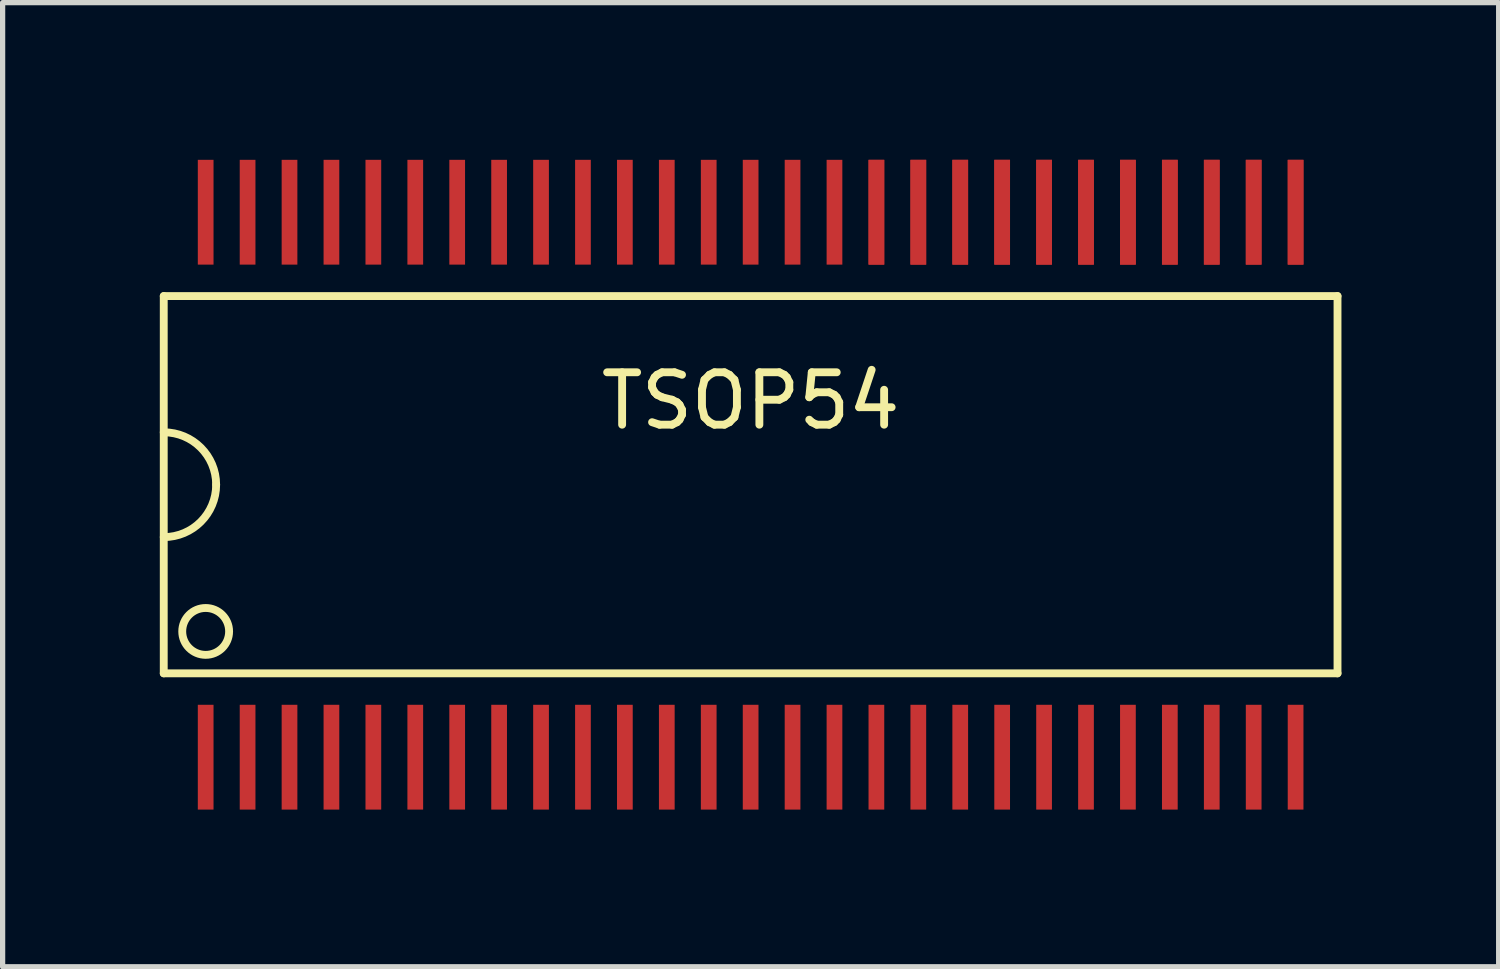
<source format=kicad_pcb>
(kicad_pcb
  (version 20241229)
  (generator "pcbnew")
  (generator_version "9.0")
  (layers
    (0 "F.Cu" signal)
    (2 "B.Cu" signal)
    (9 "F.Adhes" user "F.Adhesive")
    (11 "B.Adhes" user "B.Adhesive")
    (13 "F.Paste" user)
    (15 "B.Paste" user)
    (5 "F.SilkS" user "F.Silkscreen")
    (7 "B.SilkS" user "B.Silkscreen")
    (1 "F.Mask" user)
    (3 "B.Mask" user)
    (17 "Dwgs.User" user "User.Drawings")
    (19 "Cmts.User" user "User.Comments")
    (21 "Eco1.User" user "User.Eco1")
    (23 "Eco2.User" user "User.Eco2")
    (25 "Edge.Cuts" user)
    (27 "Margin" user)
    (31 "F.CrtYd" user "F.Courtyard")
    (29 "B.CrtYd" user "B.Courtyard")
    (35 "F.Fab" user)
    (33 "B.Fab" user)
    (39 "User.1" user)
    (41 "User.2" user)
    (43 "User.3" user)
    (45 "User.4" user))
  (footprint "TSOP54"
    (layer "F.Cu")
    (at 11.275 6.2)
    (property "Reference" "TSOP54" (at 0 -1.6 0) (layer "F.SilkS") (effects (font (size 1 1) (thickness 0.15))))
    (attr through_hole)
    (fp_line (start -11.2 -3.6) (end 11.2 -3.6) (stroke (width 0.15) (type solid)) (layer "F.SilkS"))
    (fp_line (start -11.2 3.6) (end -11.2 -3.6) (stroke (width 0.15) (type solid)) (layer "F.SilkS"))
    (fp_line (start 11.2 -3.6) (end 11.2 3.6) (stroke (width 0.15) (type solid)) (layer "F.SilkS"))
    (fp_line (start 11.2 3.6) (end -11.2 3.6) (stroke (width 0.15) (type solid)) (layer "F.SilkS"))
    (fp_arc (start -11.2 -1) (mid -10.492893 -0.707107) (end -10.2 0) (stroke (width 0.15) (type solid)) (layer "F.SilkS"))
    (fp_arc (start -10.2 0) (mid -10.492893 0.707107) (end -11.2 1) (stroke (width 0.15) (type solid)) (layer "F.SilkS"))
    (fp_circle (center -10.4 2.8) (end -10 2.6) (stroke (width 0.15) (type solid)) (fill no) (layer "F.SilkS"))
    (pad "1" smd rect (at -10.4 5.2) (size 0.3 2) (layers "F.Cu" "F.Mask" "F.Paste"))
    (pad "2" smd rect (at -9.6 5.2) (size 0.3 2) (layers "F.Cu" "F.Mask" "F.Paste"))
    (pad "3" smd rect (at -8.8 5.2) (size 0.3 2) (layers "F.Cu" "F.Mask" "F.Paste"))
    (pad "4" smd rect (at -8 5.2) (size 0.3 2) (layers "F.Cu" "F.Mask" "F.Paste"))
    (pad "5" smd rect (at -7.2 5.2) (size 0.3 2) (layers "F.Cu" "F.Mask" "F.Paste"))
    (pad "6" smd rect (at -6.4 5.2) (size 0.3 2) (layers "F.Cu" "F.Mask" "F.Paste"))
    (pad "7" smd rect (at -5.6 5.2) (size 0.3 2) (layers "F.Cu" "F.Mask" "F.Paste"))
    (pad "8" smd rect (at -4.8 5.2) (size 0.3 2) (layers "F.Cu" "F.Mask" "F.Paste"))
    (pad "9" smd rect (at -4 5.2) (size 0.3 2) (layers "F.Cu" "F.Mask" "F.Paste"))
    (pad "10" smd rect (at -3.2 5.2) (size 0.3 2) (layers "F.Cu" "F.Mask" "F.Paste"))
    (pad "11" smd rect (at -2.4 5.2) (size 0.3 2) (layers "F.Cu" "F.Mask" "F.Paste"))
    (pad "12" smd rect (at -1.6 5.2) (size 0.3 2) (layers "F.Cu" "F.Mask" "F.Paste"))
    (pad "13" smd rect (at -0.8 5.2) (size 0.3 2) (layers "F.Cu" "F.Mask" "F.Paste"))
    (pad "14" smd rect (at 0 5.2) (size 0.3 2) (layers "F.Cu" "F.Mask" "F.Paste"))
    (pad "15" smd rect (at 0.8 5.2) (size 0.3 2) (layers "F.Cu" "F.Mask" "F.Paste"))
    (pad "16" smd rect (at 1.6 5.2) (size 0.3 2) (layers "F.Cu" "F.Mask" "F.Paste"))
    (pad "17" smd rect (at 2.4 5.2) (size 0.3 2) (layers "F.Cu" "F.Mask" "F.Paste"))
    (pad "18" smd rect (at 3.2 5.2) (size 0.3 2) (layers "F.Cu" "F.Mask" "F.Paste"))
    (pad "19" smd rect (at 4 5.2) (size 0.3 2) (layers "F.Cu" "F.Mask" "F.Paste"))
    (pad "20" smd rect (at 4.8 5.2) (size 0.3 2) (layers "F.Cu" "F.Mask" "F.Paste"))
    (pad "21" smd rect (at 5.6 5.2) (size 0.3 2) (layers "F.Cu" "F.Mask" "F.Paste"))
    (pad "22" smd rect (at 6.4 5.2) (size 0.3 2) (layers "F.Cu" "F.Mask" "F.Paste"))
    (pad "23" smd rect (at 7.2 5.2) (size 0.3 2) (layers "F.Cu" "F.Mask" "F.Paste"))
    (pad "24" smd rect (at 8 5.2) (size 0.3 2) (layers "F.Cu" "F.Mask" "F.Paste"))
    (pad "25" smd rect (at 8.8 5.2) (size 0.3 2) (layers "F.Cu" "F.Mask" "F.Paste"))
    (pad "26" smd rect (at 9.6 5.2) (size 0.3 2) (layers "F.Cu" "F.Mask" "F.Paste"))
    (pad "27" smd rect (at 10.4 5.2) (size 0.3 2) (layers "F.Cu" "F.Mask" "F.Paste"))
    (pad "28" smd rect (at 10.4 -5.2) (size 0.3 2) (layers "F.Cu" "F.Mask" "F.Paste"))
    (pad "28" smd rect (at 10.4 -5.2) (size 0.3 2) (layers "F.Cu" "F.Mask" "F.Paste"))
    (pad "29" smd rect (at 9.6 -5.2) (size 0.3 2) (layers "F.Cu" "F.Mask" "F.Paste"))
    (pad "29" smd rect (at 9.6 -5.2) (size 0.3 2) (layers "F.Cu" "F.Mask" "F.Paste"))
    (pad "30" smd rect (at 8.8 -5.2) (size 0.3 2) (layers "F.Cu" "F.Mask" "F.Paste"))
    (pad "30" smd rect (at 8.8 -5.2) (size 0.3 2) (layers "F.Cu" "F.Mask" "F.Paste"))
    (pad "31" smd rect (at 8 -5.2) (size 0.3 2) (layers "F.Cu" "F.Mask" "F.Paste"))
    (pad "31" smd rect (at 8 -5.2) (size 0.3 2) (layers "F.Cu" "F.Mask" "F.Paste"))
    (pad "32" smd rect (at 7.2 -5.2) (size 0.3 2) (layers "F.Cu" "F.Mask" "F.Paste"))
    (pad "32" smd rect (at 7.2 -5.2) (size 0.3 2) (layers "F.Cu" "F.Mask" "F.Paste"))
    (pad "33" smd rect (at 6.4 -5.2) (size 0.3 2) (layers "F.Cu" "F.Mask" "F.Paste"))
    (pad "33" smd rect (at 6.4 -5.2) (size 0.3 2) (layers "F.Cu" "F.Mask" "F.Paste"))
    (pad "34" smd rect (at 5.6 -5.2) (size 0.3 2) (layers "F.Cu" "F.Mask" "F.Paste"))
    (pad "34" smd rect (at 5.6 -5.2) (size 0.3 2) (layers "F.Cu" "F.Mask" "F.Paste"))
    (pad "35" smd rect (at 4.8 -5.2) (size 0.3 2) (layers "F.Cu" "F.Mask" "F.Paste"))
    (pad "35" smd rect (at 4.8 -5.2) (size 0.3 2) (layers "F.Cu" "F.Mask" "F.Paste"))
    (pad "36" smd rect (at 4 -5.2) (size 0.3 2) (layers "F.Cu" "F.Mask" "F.Paste"))
    (pad "36" smd rect (at 4 -5.2) (size 0.3 2) (layers "F.Cu" "F.Mask" "F.Paste"))
    (pad "37" smd rect (at 3.2 -5.2) (size 0.3 2) (layers "F.Cu" "F.Mask" "F.Paste"))
    (pad "37" smd rect (at 3.2 -5.2) (size 0.3 2) (layers "F.Cu" "F.Mask" "F.Paste"))
    (pad "38" smd rect (at 2.4 -5.2) (size 0.3 2) (layers "F.Cu" "F.Mask" "F.Paste"))
    (pad "38" smd rect (at 2.4 -5.2) (size 0.3 2) (layers "F.Cu" "F.Mask" "F.Paste"))
    (pad "39" smd rect (at 1.6 -5.2) (size 0.3 2) (layers "F.Cu" "F.Mask" "F.Paste"))
    (pad "40" smd rect (at 0.8 -5.2) (size 0.3 2) (layers "F.Cu" "F.Mask" "F.Paste"))
    (pad "41" smd rect (at 0 -5.2) (size 0.3 2) (layers "F.Cu" "F.Mask" "F.Paste"))
    (pad "42" smd rect (at -0.8 -5.2) (size 0.3 2) (layers "F.Cu" "F.Mask" "F.Paste"))
    (pad "43" smd rect (at -1.6 -5.2) (size 0.3 2) (layers "F.Cu" "F.Mask" "F.Paste"))
    (pad "44" smd rect (at -2.4 -5.2) (size 0.3 2) (layers "F.Cu" "F.Mask" "F.Paste"))
    (pad "45" smd rect (at -3.2 -5.2) (size 0.3 2) (layers "F.Cu" "F.Mask" "F.Paste"))
    (pad "46" smd rect (at -4 -5.2) (size 0.3 2) (layers "F.Cu" "F.Mask" "F.Paste"))
    (pad "47" smd rect (at -4.8 -5.2) (size 0.3 2) (layers "F.Cu" "F.Mask" "F.Paste"))
    (pad "48" smd rect (at -5.6 -5.2) (size 0.3 2) (layers "F.Cu" "F.Mask" "F.Paste"))
    (pad "49" smd rect (at -6.4 -5.2) (size 0.3 2) (layers "F.Cu" "F.Mask" "F.Paste"))
    (pad "50" smd rect (at -7.2 -5.2) (size 0.3 2) (layers "F.Cu" "F.Mask" "F.Paste"))
    (pad "51" smd rect (at -8 -5.2) (size 0.3 2) (layers "F.Cu" "F.Mask" "F.Paste"))
    (pad "52" smd rect (at -8.8 -5.2) (size 0.3 2) (layers "F.Cu" "F.Mask" "F.Paste"))
    (pad "53" smd rect (at -9.6 -5.2) (size 0.3 2) (layers "F.Cu" "F.Mask" "F.Paste"))
    (pad "54" smd rect (at -10.4 -5.2) (size 0.3 2) (layers "F.Cu" "F.Mask" "F.Paste")))
  (gr_rect
    (start -3 -3)
    (end 25.55 15.4)
    (stroke (width 0.1) (type default))
    (fill no)
    (layer "Edge.Cuts")))
</source>
